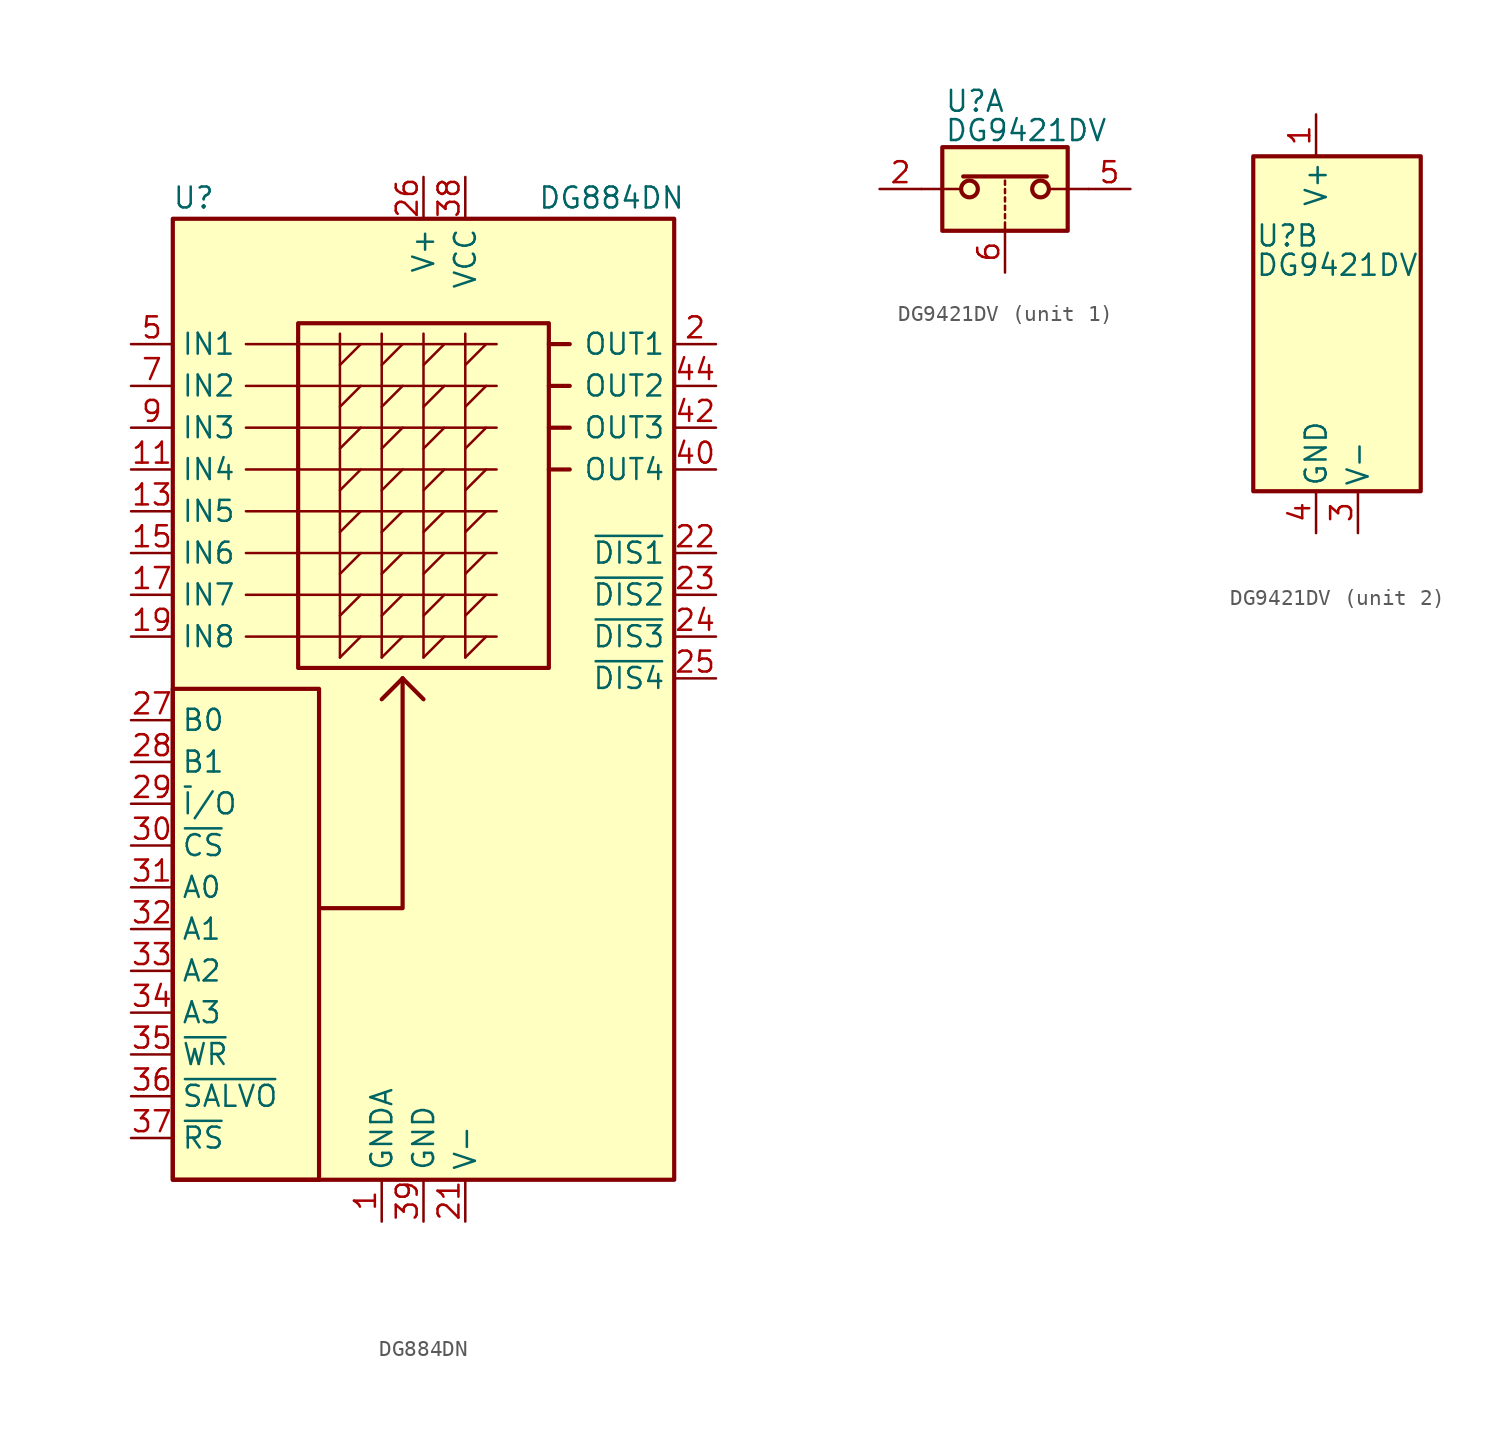
<source format=kicad_sym>
(kicad_symbol_lib
  (version 20241209)
  (generator "kicad_symbol_editor")
  (generator_version "9.0")
  (symbol "DG884DN"
    (property "Reference" "U"
      (at -13.97 34.29 0)
      (effects (font (size 1.27 1.27))))
    (property "Value" "DG884DN"
      (at 11.43 34.29 0)
      (effects (font (size 1.27 1.27))))
    (symbol "DG884DN_0_1"
      (rectangle (start -15.24 4.445) (end -6.35 -25.4) (stroke (width 0.254) (type default)) (fill (type none)))
      (rectangle (start -15.24 -25.4) (end 15.24 33.02) (stroke (width 0.254) (type default)) (fill (type background)))
      (polyline (pts (xy -10.795 25.4) (xy 4.445 25.4)) (stroke (width 0) (type default)) (fill (type none)))
      (polyline (pts (xy -10.795 22.86) (xy 4.445 22.86)) (stroke (width 0) (type default)) (fill (type none)))
      (polyline (pts (xy -10.795 20.32) (xy 4.445 20.32)) (stroke (width 0) (type default)) (fill (type none)))
      (polyline (pts (xy -10.795 17.78) (xy 4.445 17.78)) (stroke (width 0) (type default)) (fill (type none)))
      (polyline (pts (xy -10.795 15.24) (xy 4.445 15.24)) (stroke (width 0) (type default)) (fill (type none)))
      (polyline (pts (xy -10.795 12.7) (xy 4.445 12.7)) (stroke (width 0) (type default)) (fill (type none)))
      (polyline (pts (xy -10.795 10.16) (xy 4.445 10.16)) (stroke (width 0) (type default)) (fill (type none)))
      (polyline (pts (xy -10.795 7.62) (xy 4.445 7.62)) (stroke (width 0) (type default)) (fill (type none)))
      (rectangle (start -7.62 26.67) (end 7.62 5.715) (stroke (width 0.254) (type default)) (fill (type none)))
      (polyline (pts (xy -6.35 -8.89) (xy -1.27 -8.89) (xy -1.27 5.08)) (stroke (width 0.254) (type default)) (fill (type none)))
      (polyline (pts (xy -5.08 26.035) (xy -5.08 6.35)) (stroke (width 0) (type default)) (fill (type none)))
      (polyline (pts (xy -5.08 24.13) (xy -3.81 25.4)) (stroke (width 0) (type default)) (fill (type none)))
      (polyline (pts (xy -5.08 21.59) (xy -3.81 22.86)) (stroke (width 0) (type default)) (fill (type none)))
      (polyline (pts (xy -5.08 19.05) (xy -3.81 20.32)) (stroke (width 0) (type default)) (fill (type none)))
      (polyline (pts (xy -5.08 16.51) (xy -3.81 17.78)) (stroke (width 0) (type default)) (fill (type none)))
      (polyline (pts (xy -5.08 13.97) (xy -3.81 15.24)) (stroke (width 0) (type default)) (fill (type none)))
      (polyline (pts (xy -5.08 11.43) (xy -3.81 12.7)) (stroke (width 0) (type default)) (fill (type none)))
      (polyline (pts (xy -5.08 8.89) (xy -3.81 10.16)) (stroke (width 0) (type default)) (fill (type none)))
      (polyline (pts (xy -5.08 6.35) (xy -3.81 7.62)) (stroke (width 0) (type default)) (fill (type none)))
      (polyline (pts (xy -2.54 26.035) (xy -2.54 6.35)) (stroke (width 0) (type default)) (fill (type none)))
      (polyline (pts (xy -2.54 24.13) (xy -1.27 25.4)) (stroke (width 0) (type default)) (fill (type none)))
      (polyline (pts (xy -2.54 21.59) (xy -1.27 22.86)) (stroke (width 0) (type default)) (fill (type none)))
      (polyline (pts (xy -2.54 19.05) (xy -1.27 20.32)) (stroke (width 0) (type default)) (fill (type none)))
      (polyline (pts (xy -2.54 16.51) (xy -1.27 17.78)) (stroke (width 0) (type default)) (fill (type none)))
      (polyline (pts (xy -2.54 13.97) (xy -1.27 15.24)) (stroke (width 0) (type default)) (fill (type none)))
      (polyline (pts (xy -2.54 11.43) (xy -1.27 12.7)) (stroke (width 0) (type default)) (fill (type none)))
      (polyline (pts (xy -2.54 8.89) (xy -1.27 10.16)) (stroke (width 0) (type default)) (fill (type none)))
      (polyline (pts (xy -2.54 6.35) (xy -1.27 7.62)) (stroke (width 0) (type default)) (fill (type none)))
      (polyline (pts (xy -1.27 5.08) (xy -2.54 3.81)) (stroke (width 0.254) (type default)) (fill (type none)))
      (polyline (pts (xy -1.27 5.08) (xy 0 3.81)) (stroke (width 0.254) (type default)) (fill (type none)))
      (polyline (pts (xy 0 26.035) (xy 0 6.35)) (stroke (width 0) (type default)) (fill (type none)))
      (polyline (pts (xy 0 24.13) (xy 1.27 25.4)) (stroke (width 0) (type default)) (fill (type none)))
      (polyline (pts (xy 0 21.59) (xy 1.27 22.86)) (stroke (width 0) (type default)) (fill (type none)))
      (polyline (pts (xy 0 19.05) (xy 1.27 20.32)) (stroke (width 0) (type default)) (fill (type none)))
      (polyline (pts (xy 0 16.51) (xy 1.27 17.78)) (stroke (width 0) (type default)) (fill (type none)))
      (polyline (pts (xy 0 13.97) (xy 1.27 15.24)) (stroke (width 0) (type default)) (fill (type none)))
      (polyline (pts (xy 0 11.43) (xy 1.27 12.7)) (stroke (width 0) (type default)) (fill (type none)))
      (polyline (pts (xy 0 8.89) (xy 1.27 10.16)) (stroke (width 0) (type default)) (fill (type none)))
      (polyline (pts (xy 0 6.35) (xy 1.27 7.62)) (stroke (width 0) (type default)) (fill (type none)))
      (polyline (pts (xy 2.54 26.035) (xy 2.54 6.35)) (stroke (width 0) (type default)) (fill (type none)))
      (polyline (pts (xy 2.54 24.13) (xy 3.81 25.4)) (stroke (width 0) (type default)) (fill (type none)))
      (polyline (pts (xy 2.54 21.59) (xy 3.81 22.86)) (stroke (width 0) (type default)) (fill (type none)))
      (polyline (pts (xy 2.54 19.05) (xy 3.81 20.32)) (stroke (width 0) (type default)) (fill (type none)))
      (polyline (pts (xy 2.54 16.51) (xy 3.81 17.78)) (stroke (width 0) (type default)) (fill (type none)))
      (polyline (pts (xy 2.54 13.97) (xy 3.81 15.24)) (stroke (width 0) (type default)) (fill (type none)))
      (polyline (pts (xy 2.54 11.43) (xy 3.81 12.7)) (stroke (width 0) (type default)) (fill (type none)))
      (polyline (pts (xy 2.54 8.89) (xy 3.81 10.16)) (stroke (width 0) (type default)) (fill (type none)))
      (polyline (pts (xy 2.54 6.35) (xy 3.81 7.62)) (stroke (width 0) (type default)) (fill (type none)))
      (polyline (pts (xy 7.62 22.86) (xy 8.89 22.86)) (stroke (width 0.254) (type default)) (fill (type none)))
      (polyline (pts (xy 7.62 20.32) (xy 8.89 20.32)) (stroke (width 0.254) (type default)) (fill (type none)))
      (polyline (pts (xy 8.89 25.4) (xy 7.62 25.4)) (stroke (width 0.254) (type default)) (fill (type none)))
      (polyline (pts (xy 8.89 17.78) (xy 7.62 17.78)) (stroke (width 0.254) (type default)) (fill (type none))))
    (symbol "DG884DN_1_1"
      (pin input line (at -17.78 25.4 0) (length 2.54) (name "IN1" (effects (font (size 1.27 1.27)))) (number "5" (effects (font (size 1.27 1.27)))))
      (pin input line (at -17.78 22.86 0) (length 2.54) (name "IN2" (effects (font (size 1.27 1.27)))) (number "7" (effects (font (size 1.27 1.27)))))
      (pin input line (at -17.78 20.32 0) (length 2.54) (name "IN3" (effects (font (size 1.27 1.27)))) (number "9" (effects (font (size 1.27 1.27)))))
      (pin input line (at -17.78 17.78 0) (length 2.54) (name "IN4" (effects (font (size 1.27 1.27)))) (number "11" (effects (font (size 1.27 1.27)))))
      (pin input line (at -17.78 15.24 0) (length 2.54) (name "IN5" (effects (font (size 1.27 1.27)))) (number "13" (effects (font (size 1.27 1.27)))))
      (pin input line (at -17.78 12.7 0) (length 2.54) (name "IN6" (effects (font (size 1.27 1.27)))) (number "15" (effects (font (size 1.27 1.27)))))
      (pin input line (at -17.78 10.16 0) (length 2.54) (name "IN7" (effects (font (size 1.27 1.27)))) (number "17" (effects (font (size 1.27 1.27)))))
      (pin input line (at -17.78 7.62 0) (length 2.54) (name "IN8" (effects (font (size 1.27 1.27)))) (number "19" (effects (font (size 1.27 1.27)))))
      (pin input line (at -17.78 2.54 0) (length 2.54) (name "B0" (effects (font (size 1.27 1.27)))) (number "27" (effects (font (size 1.27 1.27)))))
      (pin input line (at -17.78 0 0) (length 2.54) (name "B1" (effects (font (size 1.27 1.27)))) (number "28" (effects (font (size 1.27 1.27)))))
      (pin input line (at -17.78 -2.54 0) (length 2.54) (name "~{I}/O" (effects (font (size 1.27 1.27)))) (number "29" (effects (font (size 1.27 1.27)))))
      (pin input line (at -17.78 -5.08 0) (length 2.54) (name "~{CS}" (effects (font (size 1.27 1.27)))) (number "30" (effects (font (size 1.27 1.27)))))
      (pin input line (at -17.78 -7.62 0) (length 2.54) (name "A0" (effects (font (size 1.27 1.27)))) (number "31" (effects (font (size 1.27 1.27)))))
      (pin input line (at -17.78 -10.16 0) (length 2.54) (name "A1" (effects (font (size 1.27 1.27)))) (number "32" (effects (font (size 1.27 1.27)))))
      (pin input line (at -17.78 -12.7 0) (length 2.54) (name "A2" (effects (font (size 1.27 1.27)))) (number "33" (effects (font (size 1.27 1.27)))))
      (pin input line (at -17.78 -15.24 0) (length 2.54) (name "A3" (effects (font (size 1.27 1.27)))) (number "34" (effects (font (size 1.27 1.27)))))
      (pin input line (at -17.78 -17.78 0) (length 2.54) (name "~{WR}" (effects (font (size 1.27 1.27)))) (number "35" (effects (font (size 1.27 1.27)))))
      (pin input line (at -17.78 -20.32 0) (length 2.54) (name "~{SALVO}" (effects (font (size 1.27 1.27)))) (number "36" (effects (font (size 1.27 1.27)))))
      (pin input line (at -17.78 -22.86 0) (length 2.54) (name "~{RS}" (effects (font (size 1.27 1.27)))) (number "37" (effects (font (size 1.27 1.27)))))
      (pin power_in line (at -2.54 -27.94 90) (length 2.54) (name "GNDA" (effects (font (size 1.27 1.27)))) (number "1" (effects (font (size 1.27 1.27)))))
      (pin passive line (at -2.54 -27.94 90) (length 2.54) (hide yes) (name "GNDA" (effects (font (size 1.27 1.27)))) (number "10" (effects (font (size 1.27 1.27)))))
      (pin passive line (at -2.54 -27.94 90) (length 2.54) (hide yes) (name "GNDA" (effects (font (size 1.27 1.27)))) (number "12" (effects (font (size 1.27 1.27)))))
      (pin passive line (at -2.54 -27.94 90) (length 2.54) (hide yes) (name "GNDA" (effects (font (size 1.27 1.27)))) (number "14" (effects (font (size 1.27 1.27)))))
      (pin passive line (at -2.54 -27.94 90) (length 2.54) (hide yes) (name "GNDA" (effects (font (size 1.27 1.27)))) (number "16" (effects (font (size 1.27 1.27)))))
      (pin passive line (at -2.54 -27.94 90) (length 2.54) (hide yes) (name "GNDA" (effects (font (size 1.27 1.27)))) (number "18" (effects (font (size 1.27 1.27)))))
      (pin passive line (at -2.54 -27.94 90) (length 2.54) (hide yes) (name "GNDA" (effects (font (size 1.27 1.27)))) (number "20" (effects (font (size 1.27 1.27)))))
      (pin passive line (at -2.54 -27.94 90) (length 2.54) (hide yes) (name "GNDA" (effects (font (size 1.27 1.27)))) (number "3" (effects (font (size 1.27 1.27)))))
      (pin passive line (at -2.54 -27.94 90) (length 2.54) (hide yes) (name "GNDA" (effects (font (size 1.27 1.27)))) (number "4" (effects (font (size 1.27 1.27)))))
      (pin passive line (at -2.54 -27.94 90) (length 2.54) (hide yes) (name "GNDA" (effects (font (size 1.27 1.27)))) (number "41" (effects (font (size 1.27 1.27)))))
      (pin passive line (at -2.54 -27.94 90) (length 2.54) (hide yes) (name "GNDA" (effects (font (size 1.27 1.27)))) (number "43" (effects (font (size 1.27 1.27)))))
      (pin passive line (at -2.54 -27.94 90) (length 2.54) (hide yes) (name "GNDA" (effects (font (size 1.27 1.27)))) (number "6" (effects (font (size 1.27 1.27)))))
      (pin passive line (at -2.54 -27.94 90) (length 2.54) (hide yes) (name "GNDA" (effects (font (size 1.27 1.27)))) (number "8" (effects (font (size 1.27 1.27)))))
      (pin passive line (at 0 35.56 270) (length 2.54) (name "V+" (effects (font (size 1.27 1.27)))) (number "26" (effects (font (size 1.27 1.27)))))
      (pin power_in line (at 0 -27.94 90) (length 2.54) (name "GND" (effects (font (size 1.27 1.27)))) (number "39" (effects (font (size 1.27 1.27)))))
      (pin power_in line (at 2.54 35.56 270) (length 2.54) (name "VCC" (effects (font (size 1.27 1.27)))) (number "38" (effects (font (size 1.27 1.27)))))
      (pin passive line (at 2.54 -27.94 90) (length 2.54) (name "V-" (effects (font (size 1.27 1.27)))) (number "21" (effects (font (size 1.27 1.27)))))
      (pin output line (at 17.78 25.4 180) (length 2.54) (name "OUT1" (effects (font (size 1.27 1.27)))) (number "2" (effects (font (size 1.27 1.27)))))
      (pin output line (at 17.78 22.86 180) (length 2.54) (name "OUT2" (effects (font (size 1.27 1.27)))) (number "44" (effects (font (size 1.27 1.27)))))
      (pin output line (at 17.78 20.32 180) (length 2.54) (name "OUT3" (effects (font (size 1.27 1.27)))) (number "42" (effects (font (size 1.27 1.27)))))
      (pin output line (at 17.78 17.78 180) (length 2.54) (name "OUT4" (effects (font (size 1.27 1.27)))) (number "40" (effects (font (size 1.27 1.27)))))
      (pin open_collector line (at 17.78 12.7 180) (length 2.54) (name "~{DIS1}" (effects (font (size 1.27 1.27)))) (number "22" (effects (font (size 1.27 1.27)))))
      (pin open_collector line (at 17.78 10.16 180) (length 2.54) (name "~{DIS2}" (effects (font (size 1.27 1.27)))) (number "23" (effects (font (size 1.27 1.27)))))
      (pin open_collector line (at 17.78 7.62 180) (length 2.54) (name "~{DIS3}" (effects (font (size 1.27 1.27)))) (number "24" (effects (font (size 1.27 1.27)))))
      (pin open_collector line (at 17.78 5.08 180) (length 2.54) (name "~{DIS4}" (effects (font (size 1.27 1.27)))) (number "25" (effects (font (size 1.27 1.27)))))))
  (symbol "DG9421DV"
    (pin_names
      (offset 0.254))
    (property "Reference" "U"
      (at -3.683 5.334 0)
      (effects (font (size 1.27 1.27)) (justify left)))
    (property "Value" "DG9421DV"
      (at -3.683 3.556 0)
      (effects (font (size 1.27 1.27)) (justify left)))
    (symbol "DG9421DV_1_1"
      (polyline (pts (xy -5.08 0) (xy -2.794 0)) (stroke (width 0) (type default)) (fill (type none)))
      (rectangle (start -3.81 2.54) (end 3.81 -2.54) (stroke (width 0.254) (type default)) (fill (type background)))
      (polyline (pts (xy -2.54 0.762) (xy 2.54 0.762)) (stroke (width 0.254) (type default)) (fill (type none)))
      (circle (center -2.159 0) (radius 0.508) (stroke (width 0.254) (type default)) (fill (type none)))
      (polyline (pts (xy 0 0.254) (xy 0 0.508)) (stroke (width 0) (type default)) (fill (type none)))
      (polyline (pts (xy 0 -0.254) (xy 0 0)) (stroke (width 0) (type default)) (fill (type none)))
      (polyline (pts (xy 0 -0.762) (xy 0 -0.508)) (stroke (width 0) (type default)) (fill (type none)))
      (polyline (pts (xy 0 -1.27) (xy 0 -1.016)) (stroke (width 0) (type default)) (fill (type none)))
      (polyline (pts (xy 0 -1.778) (xy 0 -1.524)) (stroke (width 0) (type default)) (fill (type none)))
      (polyline (pts (xy 0 -2.54) (xy 0 -2.032)) (stroke (width 0) (type default)) (fill (type none)))
      (circle (center 2.159 0) (radius 0.508) (stroke (width 0.254) (type default)) (fill (type none)))
      (polyline (pts (xy 5.08 0) (xy 2.794 0)) (stroke (width 0) (type default)) (fill (type none)))
      (pin passive line (at -7.62 0 0) (length 2.54) (name "~" (effects (font (size 1.27 1.27)))) (number "2" (effects (font (size 1.27 1.27)))))
      (pin input line (at 0 -5.08 90) (length 2.54) (name "~" (effects (font (size 1.27 1.27)))) (number "6" (effects (font (size 1.27 1.27)))))
      (pin passive line (at 7.62 0 180) (length 2.54) (name "~" (effects (font (size 1.27 1.27)))) (number "5" (effects (font (size 1.27 1.27))))))
    (symbol "DG9421DV_2_0"
      (pin power_in line (at 0 12.7 270) (length 2.54) (name "V+" (effects (font (size 1.27 1.27)))) (number "1" (effects (font (size 1.27 1.27)))))
      (pin power_in line (at 0 -12.7 90) (length 2.54) (name "GND" (effects (font (size 1.27 1.27)))) (number "4" (effects (font (size 1.27 1.27)))))
      (pin power_in line (at 2.54 -12.7 90) (length 2.54) (name "V-" (effects (font (size 1.27 1.27)))) (number "3" (effects (font (size 1.27 1.27))))))
    (symbol "DG9421DV_2_1"
      (rectangle (start -3.81 10.16) (end 6.35 -10.16) (stroke (width 0.254) (type default)) (fill (type background))))))
</source>
